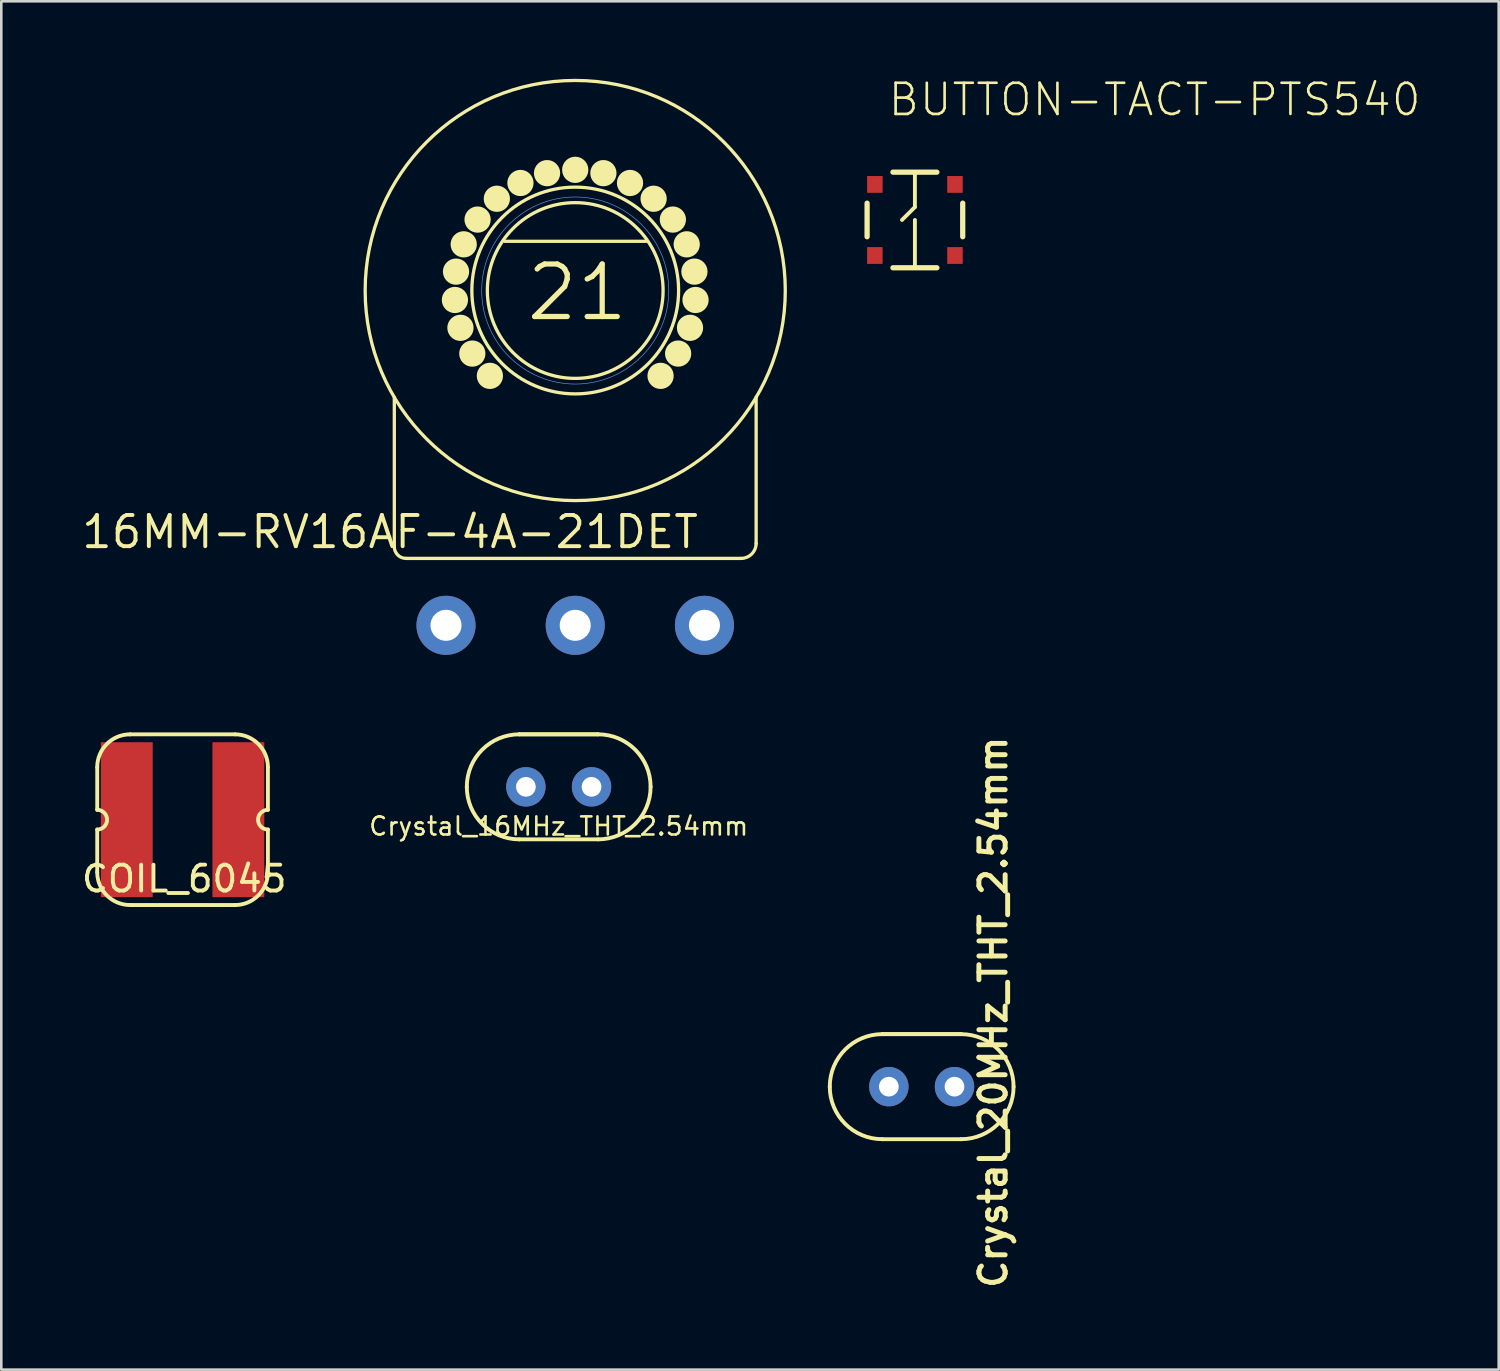
<source format=kicad_pcb>
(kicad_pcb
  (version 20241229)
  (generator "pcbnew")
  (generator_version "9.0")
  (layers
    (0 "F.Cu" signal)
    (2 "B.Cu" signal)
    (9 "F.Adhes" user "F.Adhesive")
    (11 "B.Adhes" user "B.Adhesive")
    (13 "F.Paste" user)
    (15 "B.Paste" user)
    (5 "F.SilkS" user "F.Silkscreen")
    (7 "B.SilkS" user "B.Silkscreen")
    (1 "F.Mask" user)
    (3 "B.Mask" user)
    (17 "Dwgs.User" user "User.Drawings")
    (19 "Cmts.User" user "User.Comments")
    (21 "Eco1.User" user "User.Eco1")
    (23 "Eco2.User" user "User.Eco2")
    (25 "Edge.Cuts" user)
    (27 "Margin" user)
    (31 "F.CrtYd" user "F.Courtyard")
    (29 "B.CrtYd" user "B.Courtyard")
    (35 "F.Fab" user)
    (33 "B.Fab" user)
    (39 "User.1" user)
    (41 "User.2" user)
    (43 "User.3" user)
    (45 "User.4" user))
  (footprint "Crystal_16MHz_THT_2.54mm"
    (layer "F.Cu")
    (at 18.568 27.395)
    (property "Reference" "Crystal_16MHz_THT_2.54mm" (at 0 1.524 0) (layer "F.SilkS") (effects (font (size 0.7 0.7) (thickness 0.1))))
    (attr through_hole)
    (fp_line (start -1.524 -2.032) (end 1.524 -2.032) (stroke (width 0.15) (type solid)) (layer "F.SilkS"))
    (fp_line (start -1.524 2.032) (end 1.524 2.032) (stroke (width 0.15) (type solid)) (layer "F.SilkS"))
    (fp_line (start 1.524 -2.032) (end -1.524 -2.032) (stroke (width 0.15) (type solid)) (layer "F.SilkS"))
    (fp_arc (start -3.556 0) (mid -2.960841 -1.436841) (end -1.524 -2.032) (stroke (width 0.15) (type solid)) (layer "F.SilkS"))
    (fp_arc (start -1.524 2.032) (mid -2.960841 1.436841) (end -3.556 0) (stroke (width 0.15) (type solid)) (layer "F.SilkS"))
    (fp_arc (start 1.524 -2.032) (mid 2.960841 -1.436841) (end 3.556 0) (stroke (width 0.15) (type solid)) (layer "F.SilkS"))
    (fp_arc (start 3.556 0) (mid 2.960841 1.436841) (end 1.524 2.032) (stroke (width 0.15) (type solid)) (layer "F.SilkS"))
    (pad "1" thru_hole circle (at -1.27 0) (size 1.524 1.524) (drill 0.762) (layers "*.Cu" "*.Mask"))
    (pad "2" thru_hole circle (at 1.27 0) (size 1.524 1.524) (drill 0.762) (layers "*.Cu" "*.Mask")))
  (footprint "BUTTON-TACT-PTS540"
    (layer "F.Cu")
    (at 32.35 5.461)
    (property "Reference" "BUTTON-TACT-PTS540" (at -1.1 -3.95 0) (layer "F.SilkS") (effects (font (size 1.206 1.206) (thickness 0.102)) (justify left bottom)))
    (attr through_hole)
    (fp_line (start -1.85 0.65) (end -1.85 -0.65) (stroke (width 0.203) (type solid)) (layer "F.SilkS"))
    (fp_line (start 0 -1.85) (end 0 -0.5) (stroke (width 0.15) (type solid)) (layer "F.SilkS"))
    (fp_line (start 0 -0.5) (end -0.5 0) (stroke (width 0.15) (type solid)) (layer "F.SilkS"))
    (fp_line (start 0 0) (end 0 1.85) (stroke (width 0.15) (type solid)) (layer "F.SilkS"))
    (fp_line (start 0.85 -1.85) (end -0.85 -1.85) (stroke (width 0.203) (type solid)) (layer "F.SilkS"))
    (fp_line (start 0.85 1.85) (end -0.85 1.85) (stroke (width 0.203) (type solid)) (layer "F.SilkS"))
    (fp_line (start 1.85 0.65) (end 1.85 -0.65) (stroke (width 0.203) (type solid)) (layer "F.SilkS"))
    (pad "1" smd rect (at -1.55 -1.375) (size 0.6 0.65) (layers "F.Cu" "F.Mask" "F.Paste"))
    (pad "2" smd rect (at -1.55 1.375) (size 0.6 0.65) (layers "F.Cu" "F.Mask" "F.Paste"))
    (pad "3" smd rect (at 1.55 -1.375) (size 0.6 0.65) (layers "F.Cu" "F.Mask" "F.Paste"))
    (pad "4" smd rect (at 1.55 1.375) (size 0.6 0.65) (layers "F.Cu" "F.Mask" "F.Paste")))
  (footprint "COIL_6045"
    (layer "F.Cu")
    (at 4.014 28.666)
    (property "Reference" "COIL_6045" (at 0.064 2.286 0) (layer "F.SilkS") (effects (font (size 1 1) (thickness 0.15))))
    (attr through_hole)
    (fp_line (start -3.302 -2.032) (end -3.302 -0.381) (stroke (width 0.15) (type solid)) (layer "F.SilkS"))
    (fp_line (start -3.302 0.381) (end -3.302 2.032) (stroke (width 0.15) (type solid)) (layer "F.SilkS"))
    (fp_line (start -2.032 -3.302) (end 2.032 -3.302) (stroke (width 0.15) (type solid)) (layer "F.SilkS"))
    (fp_line (start 2.032 3.302) (end -2.032 3.302) (stroke (width 0.15) (type solid)) (layer "F.SilkS"))
    (fp_line (start 3.302 -0.381) (end 3.302 -2.032) (stroke (width 0.15) (type solid)) (layer "F.SilkS"))
    (fp_line (start 3.302 2.032) (end 3.302 0.381) (stroke (width 0.15) (type solid)) (layer "F.SilkS"))
    (fp_arc (start -3.302 -2.032) (mid -2.930026 -2.930026) (end -2.032 -3.302) (stroke (width 0.15) (type solid)) (layer "F.SilkS"))
    (fp_arc (start -3.302 -0.381) (mid -2.921 0) (end -3.302 0.381) (stroke (width 0.15) (type solid)) (layer "F.SilkS"))
    (fp_arc (start -2.032 3.302) (mid -2.930026 2.930026) (end -3.302 2.032) (stroke (width 0.15) (type solid)) (layer "F.SilkS"))
    (fp_arc (start 2.032 -3.302) (mid 2.930026 -2.930026) (end 3.302 -2.032) (stroke (width 0.15) (type solid)) (layer "F.SilkS"))
    (fp_arc (start 3.302 0.381) (mid 2.921 0) (end 3.302 -0.381) (stroke (width 0.15) (type solid)) (layer "F.SilkS"))
    (fp_arc (start 3.302 2.032) (mid 2.930026 2.930026) (end 2.032 3.302) (stroke (width 0.15) (type solid)) (layer "F.SilkS"))
    (pad "1" smd rect (at -2.159 0) (size 2.007 5.994) (layers "F.Cu" "F.Mask" "F.Paste"))
    (pad "2" smd rect (at 2.159 0) (size 2.007 5.994) (layers "F.Cu" "F.Mask" "F.Paste")))
  (footprint "16MM-RV16AF-4A-21DET"
    (layer "F.Cu")
    (at 19.207 8.191)
    (property "Reference" "16MM-RV16AF-4A-21DET" (at 4.851 8.636 0) (layer "F.SilkS") (effects (font (size 1.206 1.206) (thickness 0.152)) (justify right top)))
    (attr through_hole)
    (fp_line (start -7 4.127) (end -7 9.912) (stroke (width 0.127) (type solid)) (layer "F.SilkS"))
    (fp_line (start -6.547 10.365) (end 6.42 10.365) (stroke (width 0.127) (type solid)) (layer "F.SilkS"))
    (fp_line (start -2.738 -1.905) (end 2.738 -1.905) (stroke (width 0.127) (type solid)) (layer "F.SilkS"))
    (fp_line (start 7 9.785) (end 7 4.127) (stroke (width 0.127) (type solid)) (layer "F.SilkS"))
    (fp_arc (start -6.546894 10.365) (mid -6.867288 10.232288) (end -7 9.911894) (stroke (width 0.127) (type solid)) (layer "F.SilkS"))
    (fp_arc (start 7 9.784894) (mid 6.830091 10.195091) (end 6.419894 10.365) (stroke (width 0.127) (type solid)) (layer "F.SilkS"))
    (fp_circle (center -4.655 0.366) (end -4.655 0.62) (stroke (width 0.508) (type solid)) (fill no) (layer "F.SilkS"))
    (fp_circle (center -4.612 -0.731) (end -4.612 -0.477) (stroke (width 0.508) (type solid)) (fill no) (layer "F.SilkS"))
    (fp_circle (center -4.441 1.443) (end -4.441 1.697) (stroke (width 0.508) (type solid)) (fill no) (layer "F.SilkS"))
    (fp_circle (center -4.314 -1.787) (end -4.314 -1.533) (stroke (width 0.508) (type solid)) (fill no) (layer "F.SilkS"))
    (fp_circle (center -3.982 2.44) (end -3.982 2.694) (stroke (width 0.508) (type solid)) (fill no) (layer "F.SilkS"))
    (fp_circle (center -3.778 -2.745) (end -3.778 -2.491) (stroke (width 0.508) (type solid)) (fill no) (layer "F.SilkS"))
    (fp_circle (center -3.302 3.302) (end -3.302 3.556) (stroke (width 0.508) (type solid)) (fill no) (layer "F.SilkS"))
    (fp_circle (center -3.033 -3.551) (end -3.033 -3.297) (stroke (width 0.508) (type solid)) (fill no) (layer "F.SilkS"))
    (fp_circle (center -2.12 -4.161) (end -2.12 -3.907) (stroke (width 0.508) (type solid)) (fill no) (layer "F.SilkS"))
    (fp_circle (center -1.09 -4.541) (end -1.09 -4.287) (stroke (width 0.508) (type solid)) (fill no) (layer "F.SilkS"))
    (fp_circle (center 0 -4.67) (end 0 -4.416) (stroke (width 0.508) (type solid)) (fill no) (layer "F.SilkS"))
    (fp_circle (center 0 0) (end 3.4 0) (stroke (width 0.127) (type solid)) (fill no) (layer "F.SilkS"))
    (fp_circle (center 0 0) (end 4 0) (stroke (width 0.127) (type solid)) (fill no) (layer "F.SilkS"))
    (fp_circle (center 0 0) (end 8.128 0) (stroke (width 0.127) (type solid)) (fill no) (layer "F.SilkS"))
    (fp_circle (center 1.09 -4.541) (end 1.09 -4.287) (stroke (width 0.508) (type solid)) (fill no) (layer "F.SilkS"))
    (fp_circle (center 2.12 -4.161) (end 2.12 -3.907) (stroke (width 0.508) (type solid)) (fill no) (layer "F.SilkS"))
    (fp_circle (center 3.033 -3.551) (end 3.033 -3.297) (stroke (width 0.508) (type solid)) (fill no) (layer "F.SilkS"))
    (fp_circle (center 3.302 3.302) (end 3.302 3.556) (stroke (width 0.508) (type solid)) (fill no) (layer "F.SilkS"))
    (fp_circle (center 3.778 -2.745) (end 3.778 -2.491) (stroke (width 0.508) (type solid)) (fill no) (layer "F.SilkS"))
    (fp_circle (center 3.982 2.44) (end 3.982 2.694) (stroke (width 0.508) (type solid)) (fill no) (layer "F.SilkS"))
    (fp_circle (center 4.314 -1.787) (end 4.314 -1.533) (stroke (width 0.508) (type solid)) (fill no) (layer "F.SilkS"))
    (fp_circle (center 4.441 1.443) (end 4.441 1.697) (stroke (width 0.508) (type solid)) (fill no) (layer "F.SilkS"))
    (fp_circle (center 4.612 -0.731) (end 4.612 -0.477) (stroke (width 0.508) (type solid)) (fill no) (layer "F.SilkS"))
    (fp_circle (center 4.655 0.366) (end 4.655 0.62) (stroke (width 0.508) (type solid)) (fill no) (layer "F.SilkS"))
    (fp_circle (center 0 0) (end 3.619 0) (stroke (width 0.025) (type solid)) (fill no) (layer "Cmts.User"))
    (fp_text user "21" (at 0.076 0.076 0) (layer "F.SilkS") (effects (font (size 2.032 2.032) (thickness 0.203))))
    (pad "1" thru_hole circle (at -5 12.954 90) (size 2.286 2.286) (drill 1.2) (layers "*.Cu" "*.Mask"))
    (pad "2" thru_hole circle (at 0 12.954 90) (size 2.286 2.286) (drill 1.2) (layers "*.Cu" "*.Mask"))
    (pad "3" thru_hole circle (at 5 12.954 90) (size 2.286 2.286) (drill 1.2) (layers "*.Cu" "*.Mask")))
  (footprint "Crystal_20MHz_THT_2.54mm"
    (layer "F.Cu")
    (at 32.612 38.996)
    (property "Reference" "Crystal_20MHz_THT_2.54mm" (at 2.77 -2.88 90) (layer "F.SilkS") (effects (font (size 1.016 1.016) (thickness 0.191))))
    (attr through_hole)
    (fp_line (start -1.524 -2.032) (end 1.524 -2.032) (stroke (width 0.15) (type solid)) (layer "F.SilkS"))
    (fp_line (start -1.524 2.032) (end 1.524 2.032) (stroke (width 0.15) (type solid)) (layer "F.SilkS"))
    (fp_line (start 1.524 -2.032) (end -1.524 -2.032) (stroke (width 0.15) (type solid)) (layer "F.SilkS"))
    (fp_arc (start -3.556 0) (mid -2.960841 -1.436841) (end -1.524 -2.032) (stroke (width 0.15) (type solid)) (layer "F.SilkS"))
    (fp_arc (start -1.524 2.032) (mid -2.960841 1.436841) (end -3.556 0) (stroke (width 0.15) (type solid)) (layer "F.SilkS"))
    (fp_arc (start 1.524 -2.032) (mid 2.960841 -1.436841) (end 3.556 0) (stroke (width 0.15) (type solid)) (layer "F.SilkS"))
    (fp_arc (start 3.556 0) (mid 2.960841 1.436841) (end 1.524 2.032) (stroke (width 0.15) (type solid)) (layer "F.SilkS"))
    (pad "1" thru_hole circle (at -1.27 0) (size 1.524 1.524) (drill 0.762) (layers "*.Cu" "*.Mask"))
    (pad "2" thru_hole circle (at 1.27 0) (size 1.524 1.524) (drill 0.762) (layers "*.Cu" "*.Mask")))
  (gr_rect
    (start -3 -3)
    (end 54.939 49.944)
    (stroke (width 0.1) (type default))
    (fill no)
    (layer "Edge.Cuts")))
</source>
